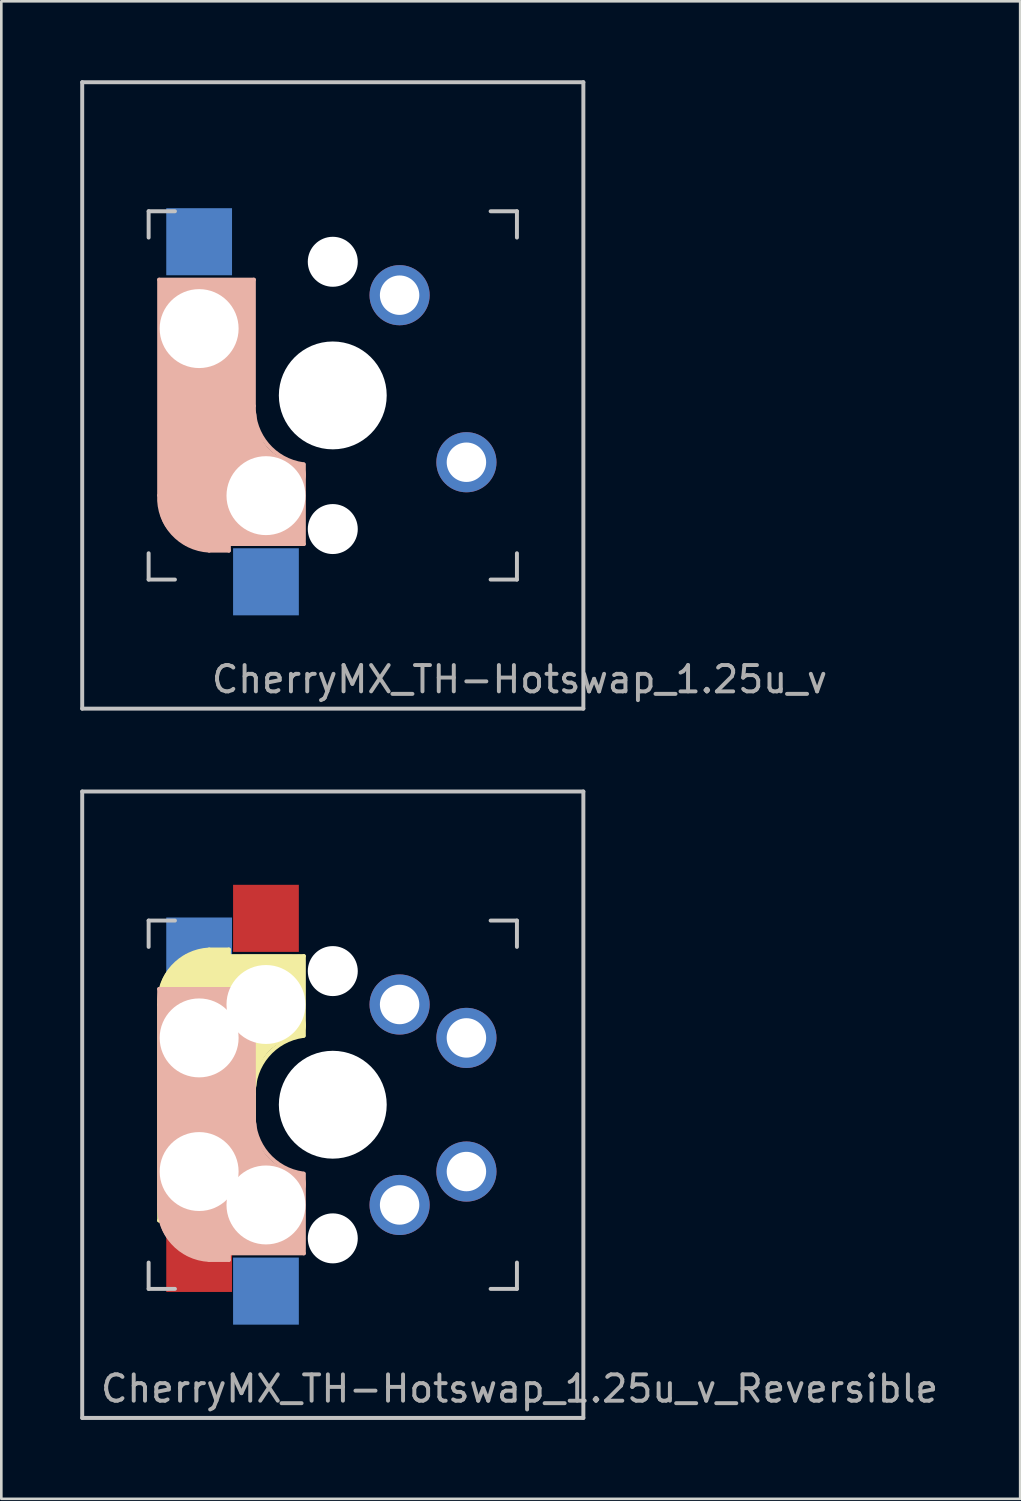
<source format=kicad_pcb>
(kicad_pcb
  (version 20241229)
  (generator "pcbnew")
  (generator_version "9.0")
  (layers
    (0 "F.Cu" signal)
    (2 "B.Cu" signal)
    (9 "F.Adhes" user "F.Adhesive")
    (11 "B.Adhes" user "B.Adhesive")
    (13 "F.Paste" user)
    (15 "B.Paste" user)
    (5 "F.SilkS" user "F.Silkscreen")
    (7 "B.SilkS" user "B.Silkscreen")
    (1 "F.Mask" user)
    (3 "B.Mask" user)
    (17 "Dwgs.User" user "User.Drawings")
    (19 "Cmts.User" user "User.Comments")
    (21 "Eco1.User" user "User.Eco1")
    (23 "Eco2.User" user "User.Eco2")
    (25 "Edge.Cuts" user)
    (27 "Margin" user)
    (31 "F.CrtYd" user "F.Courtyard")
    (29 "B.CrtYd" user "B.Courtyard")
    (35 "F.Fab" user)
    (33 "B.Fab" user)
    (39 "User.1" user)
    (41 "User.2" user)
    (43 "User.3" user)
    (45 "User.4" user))
  (footprint "CherryMX_TH-Hotswap_1.25u_v"
    (layer "F.Cu")
    (at 9.6 11.981)
    (property "Reference" "CherryMX_TH-Hotswap_1.25u_v" (at 7.1 10.795 0) (layer "F.Fab") (effects (font (size 1 1) (thickness 0.15))))
    (attr through_hole)
    (fp_line (start -6.6 -4.4) (end -6.6 3.8) (stroke (width 0.15) (type solid)) (layer "B.SilkS"))
    (fp_line (start -6.4 -4.25) (end -6.4 -3) (stroke (width 0.4) (type solid)) (layer "B.SilkS"))
    (fp_line (start -6 -3.9) (end -3.5 -3.9) (stroke (width 1) (type solid)) (layer "B.SilkS"))
    (fp_line (start -5.55 5.65) (end -1.1 5.65) (stroke (width 0.15) (type solid)) (layer "B.SilkS"))
    (fp_line (start -5.1 4.17) (end -2.86 4.17) (stroke (width 3) (type solid)) (layer "B.SilkS"))
    (fp_line (start -4.8 -2.6) (end -4.8 4.1) (stroke (width 3.5) (type solid)) (layer "B.SilkS"))
    (fp_line (start -4.7 5.9) (end -3.95 5.9) (stroke (width 0.15) (type solid)) (layer "B.SilkS"))
    (fp_line (start -4.05 5.8) (end -4.7 5.8) (stroke (width 0.3) (type solid)) (layer "B.SilkS"))
    (fp_line (start -4 -4.38) (end -6.25 -4.38) (stroke (width 0.15) (type solid)) (layer "B.SilkS"))
    (fp_line (start -3.95 5.9) (end -3.95 5.7) (stroke (width 0.15) (type solid)) (layer "B.SilkS"))
    (fp_line (start -3.25 -4.2) (end -3.3 -2.9) (stroke (width 0.5) (type solid)) (layer "B.SilkS"))
    (fp_line (start -3 -4.4) (end -6.6 -4.4) (stroke (width 0.15) (type solid)) (layer "B.SilkS"))
    (fp_line (start -3 0.4) (end -3 -4.4) (stroke (width 0.15) (type solid)) (layer "B.SilkS"))
    (fp_line (start -1.6 5.3) (end -3.4 5.3) (stroke (width 0.8) (type solid)) (layer "B.SilkS"))
    (fp_line (start -1.3 5.45) (end -1.3 3) (stroke (width 0.5) (type solid)) (layer "B.SilkS"))
    (fp_line (start -1.1 5.65) (end -1.1 2.62) (stroke (width 0.15) (type solid)) (layer "B.SilkS"))
    (fp_arc (start -4.699999 5.9) (mid -6.084924 5.243504) (end -6.6 3.800001) (stroke (width 0.15) (type solid)) (layer "B.SilkS"))
    (fp_arc (start -1.521471 3.016318) (mid -2.886118 2.268709) (end -3.4 0.8) (stroke (width 1) (type solid)) (layer "B.SilkS"))
    (fp_arc (start -1.121471 2.616318) (mid -2.486118 1.868709) (end -3 0.4) (stroke (width 0.15) (type solid)) (layer "B.SilkS"))
    (fp_line (start -9.525 -11.906) (end 9.525 -11.906) (stroke (width 0.15) (type solid)) (layer "Dwgs.User"))
    (fp_line (start -9.525 11.906) (end -9.525 -11.906) (stroke (width 0.15) (type solid)) (layer "Dwgs.User"))
    (fp_line (start -7 -7) (end -7 -6) (stroke (width 0.15) (type solid)) (layer "Dwgs.User"))
    (fp_line (start -7 -7) (end -6 -7) (stroke (width 0.15) (type solid)) (layer "Dwgs.User"))
    (fp_line (start -7 7) (end -7 6) (stroke (width 0.15) (type solid)) (layer "Dwgs.User"))
    (fp_line (start -6 7) (end -7 7) (stroke (width 0.15) (type solid)) (layer "Dwgs.User"))
    (fp_line (start 6 7) (end 7 7) (stroke (width 0.15) (type solid)) (layer "Dwgs.User"))
    (fp_line (start 7 -7) (end 6 -7) (stroke (width 0.15) (type solid)) (layer "Dwgs.User"))
    (fp_line (start 7 -6) (end 7 -7) (stroke (width 0.15) (type solid)) (layer "Dwgs.User"))
    (fp_line (start 7 7) (end 7 6) (stroke (width 0.15) (type solid)) (layer "Dwgs.User"))
    (fp_line (start 9.525 -11.906) (end 9.525 11.906) (stroke (width 0.15) (type solid)) (layer "Dwgs.User"))
    (fp_line (start 9.525 11.906) (end -9.525 11.906) (stroke (width 0.15) (type solid)) (layer "Dwgs.User"))
    (pad "" np_thru_hole circle (at -5.08 -2.54 90) (size 3 3) (drill 3) (layers "*.Cu" "*.Mask"))
    (pad "" np_thru_hole circle (at -2.54 3.81 90) (size 3 3) (drill 3) (layers "*.Cu" "*.Mask"))
    (pad "" np_thru_hole circle (at 0 -5.08 90) (size 1.9 1.9) (drill 1.9) (layers "*.Cu" "*.Mask"))
    (pad "" np_thru_hole circle (at 0 0 180) (size 4.1 4.1) (drill 4.1) (layers "*.Cu" "*.Mask"))
    (pad "" np_thru_hole circle (at 0 5.08 90) (size 1.9 1.9) (drill 1.9) (layers "*.Cu" "*.Mask"))
    (pad "1" smd rect (at -2.54 7.085 270) (size 2.55 2.5) (layers "B.Cu" "B.Mask" "B.Paste"))
    (pad "1" thru_hole circle (at 5.08 2.54 270) (size 2.286 2.286) (drill 1.499) (layers "*.Cu" "*.Mask"))
    (pad "2" smd rect (at -5.08 -5.842 270) (size 2.55 2.5) (layers "B.Cu" "B.Mask" "B.Paste"))
    (pad "2" thru_hole circle (at 2.54 -3.81 270) (size 2.286 2.286) (drill 1.499) (layers "*.Cu" "*.Mask")))
  (footprint "CherryMX_TH-Hotswap_1.25u_v_Reversible"
    (layer "F.Cu")
    (at 9.6 38.944)
    (property "Reference" "CherryMX_TH-Hotswap_1.25u_v_Reversible" (at 7.1 10.795 0) (layer "F.Fab") (effects (font (size 1 1) (thickness 0.15))))
    (attr through_hole)
    (fp_line (start -6.6 4.4) (end -6.6 -3.8) (stroke (width 0.15) (type solid)) (layer "F.SilkS"))
    (fp_line (start -6.4 4.25) (end -6.4 3) (stroke (width 0.4) (type solid)) (layer "F.SilkS"))
    (fp_line (start -6 3.9) (end -3.5 3.9) (stroke (width 1) (type solid)) (layer "F.SilkS"))
    (fp_line (start -5.55 -5.65) (end -1.1 -5.65) (stroke (width 0.15) (type solid)) (layer "F.SilkS"))
    (fp_line (start -5.1 -4.17) (end -2.86 -4.17) (stroke (width 3) (type solid)) (layer "F.SilkS"))
    (fp_line (start -4.8 2.6) (end -4.8 -4.1) (stroke (width 3.5) (type solid)) (layer "F.SilkS"))
    (fp_line (start -4.7 -5.9) (end -3.95 -5.9) (stroke (width 0.15) (type solid)) (layer "F.SilkS"))
    (fp_line (start -4.05 -5.8) (end -4.7 -5.8) (stroke (width 0.3) (type solid)) (layer "F.SilkS"))
    (fp_line (start -4 4.38) (end -6.25 4.38) (stroke (width 0.15) (type solid)) (layer "F.SilkS"))
    (fp_line (start -3.95 -5.9) (end -3.95 -5.7) (stroke (width 0.15) (type solid)) (layer "F.SilkS"))
    (fp_line (start -3.25 4.2) (end -3.3 2.9) (stroke (width 0.5) (type solid)) (layer "F.SilkS"))
    (fp_line (start -3 -0.4) (end -3 4.4) (stroke (width 0.15) (type solid)) (layer "F.SilkS"))
    (fp_line (start -3 4.4) (end -6.6 4.4) (stroke (width 0.15) (type solid)) (layer "F.SilkS"))
    (fp_line (start -1.6 -5.3) (end -3.4 -5.3) (stroke (width 0.8) (type solid)) (layer "F.SilkS"))
    (fp_line (start -1.3 -5.45) (end -1.3 -3) (stroke (width 0.5) (type solid)) (layer "F.SilkS"))
    (fp_line (start -1.1 -5.65) (end -1.1 -2.62) (stroke (width 0.15) (type solid)) (layer "F.SilkS"))
    (fp_arc (start -6.6 -3.800001) (mid -6.084924 -5.243504) (end -4.699999 -5.9) (stroke (width 0.15) (type solid)) (layer "F.SilkS"))
    (fp_arc (start -3.4 -0.8) (mid -2.886118 -2.268709) (end -1.521471 -3.016318) (stroke (width 1) (type solid)) (layer "F.SilkS"))
    (fp_arc (start -3 -0.4) (mid -2.486118 -1.868709) (end -1.121471 -2.616318) (stroke (width 0.15) (type solid)) (layer "F.SilkS"))
    (fp_line (start -6.6 -4.4) (end -6.6 3.8) (stroke (width 0.15) (type solid)) (layer "B.SilkS"))
    (fp_line (start -6.4 -4.25) (end -6.4 -3) (stroke (width 0.4) (type solid)) (layer "B.SilkS"))
    (fp_line (start -6 -3.9) (end -3.5 -3.9) (stroke (width 1) (type solid)) (layer "B.SilkS"))
    (fp_line (start -5.55 5.65) (end -1.1 5.65) (stroke (width 0.15) (type solid)) (layer "B.SilkS"))
    (fp_line (start -5.1 4.17) (end -2.86 4.17) (stroke (width 3) (type solid)) (layer "B.SilkS"))
    (fp_line (start -4.8 -2.6) (end -4.8 4.1) (stroke (width 3.5) (type solid)) (layer "B.SilkS"))
    (fp_line (start -4.7 5.9) (end -3.95 5.9) (stroke (width 0.15) (type solid)) (layer "B.SilkS"))
    (fp_line (start -4.05 5.8) (end -4.7 5.8) (stroke (width 0.3) (type solid)) (layer "B.SilkS"))
    (fp_line (start -4 -4.38) (end -6.25 -4.38) (stroke (width 0.15) (type solid)) (layer "B.SilkS"))
    (fp_line (start -3.95 5.9) (end -3.95 5.7) (stroke (width 0.15) (type solid)) (layer "B.SilkS"))
    (fp_line (start -3.25 -4.2) (end -3.3 -2.9) (stroke (width 0.5) (type solid)) (layer "B.SilkS"))
    (fp_line (start -3 -4.4) (end -6.6 -4.4) (stroke (width 0.15) (type solid)) (layer "B.SilkS"))
    (fp_line (start -3 0.4) (end -3 -4.4) (stroke (width 0.15) (type solid)) (layer "B.SilkS"))
    (fp_line (start -1.6 5.3) (end -3.4 5.3) (stroke (width 0.8) (type solid)) (layer "B.SilkS"))
    (fp_line (start -1.3 5.45) (end -1.3 3) (stroke (width 0.5) (type solid)) (layer "B.SilkS"))
    (fp_line (start -1.1 5.65) (end -1.1 2.62) (stroke (width 0.15) (type solid)) (layer "B.SilkS"))
    (fp_arc (start -4.699999 5.9) (mid -6.084924 5.243504) (end -6.6 3.800001) (stroke (width 0.15) (type solid)) (layer "B.SilkS"))
    (fp_arc (start -1.521471 3.016318) (mid -2.886118 2.268709) (end -3.4 0.8) (stroke (width 1) (type solid)) (layer "B.SilkS"))
    (fp_arc (start -1.121471 2.616318) (mid -2.486118 1.868709) (end -3 0.4) (stroke (width 0.15) (type solid)) (layer "B.SilkS"))
    (fp_line (start -9.525 -11.906) (end 9.525 -11.906) (stroke (width 0.15) (type solid)) (layer "Dwgs.User"))
    (fp_line (start -9.525 11.906) (end -9.525 -11.906) (stroke (width 0.15) (type solid)) (layer "Dwgs.User"))
    (fp_line (start -7 -7) (end -7 -6) (stroke (width 0.15) (type solid)) (layer "Dwgs.User"))
    (fp_line (start -7 -7) (end -6 -7) (stroke (width 0.15) (type solid)) (layer "Dwgs.User"))
    (fp_line (start -7 7) (end -7 6) (stroke (width 0.15) (type solid)) (layer "Dwgs.User"))
    (fp_line (start -6 7) (end -7 7) (stroke (width 0.15) (type solid)) (layer "Dwgs.User"))
    (fp_line (start 6 7) (end 7 7) (stroke (width 0.15) (type solid)) (layer "Dwgs.User"))
    (fp_line (start 7 -7) (end 6 -7) (stroke (width 0.15) (type solid)) (layer "Dwgs.User"))
    (fp_line (start 7 -6) (end 7 -7) (stroke (width 0.15) (type solid)) (layer "Dwgs.User"))
    (fp_line (start 7 7) (end 7 6) (stroke (width 0.15) (type solid)) (layer "Dwgs.User"))
    (fp_line (start 9.525 -11.906) (end 9.525 11.906) (stroke (width 0.15) (type solid)) (layer "Dwgs.User"))
    (fp_line (start 9.525 11.906) (end -9.525 11.906) (stroke (width 0.15) (type solid)) (layer "Dwgs.User"))
    (pad "" np_thru_hole circle (at -5.08 -2.54 90) (size 3 3) (drill 3) (layers "*.Cu" "*.Mask"))
    (pad "" np_thru_hole circle (at -5.08 2.54 270) (size 3 3) (drill 3) (layers "*.Cu" "*.Mask"))
    (pad "" np_thru_hole circle (at -2.54 -3.81 270) (size 3 3) (drill 3) (layers "*.Cu" "*.Mask"))
    (pad "" np_thru_hole circle (at -2.54 3.81 90) (size 3 3) (drill 3) (layers "*.Cu" "*.Mask"))
    (pad "" np_thru_hole circle (at 0 -5.08 90) (size 1.9 1.9) (drill 1.9) (layers "*.Cu" "*.Mask"))
    (pad "" np_thru_hole circle (at 0 0 180) (size 4.1 4.1) (drill 4.1) (layers "*.Cu" "*.Mask"))
    (pad "" np_thru_hole circle (at 0 5.08 90) (size 1.9 1.9) (drill 1.9) (layers "*.Cu" "*.Mask"))
    (pad "1" smd rect (at -5.08 5.842 90) (size 2.55 2.5) (layers "F.Cu" "F.Mask" "F.Paste"))
    (pad "1" smd rect (at -2.54 7.085 270) (size 2.55 2.5) (layers "B.Cu" "B.Mask" "B.Paste"))
    (pad "1" thru_hole circle (at 2.54 3.81 270) (size 2.286 2.286) (drill 1.499) (layers "*.Cu" "*.Mask"))
    (pad "1" thru_hole circle (at 5.08 2.54 270) (size 2.286 2.286) (drill 1.499) (layers "*.Cu" "*.Mask"))
    (pad "2" smd rect (at -5.08 -5.842 270) (size 2.55 2.5) (layers "B.Cu" "B.Mask" "B.Paste"))
    (pad "2" smd rect (at -2.54 -7.085 90) (size 2.55 2.5) (layers "F.Cu" "F.Mask" "F.Paste"))
    (pad "2" thru_hole circle (at 2.54 -3.81 270) (size 2.286 2.286) (drill 1.499) (layers "*.Cu" "*.Mask"))
    (pad "2" thru_hole circle (at 5.08 -2.54 270) (size 2.286 2.286) (drill 1.499) (layers "*.Cu" "*.Mask")))
  (gr_rect
    (start -3 -3)
    (end 35.73 53.925)
    (stroke (width 0.1) (type default))
    (fill no)
    (layer "Edge.Cuts")))
</source>
